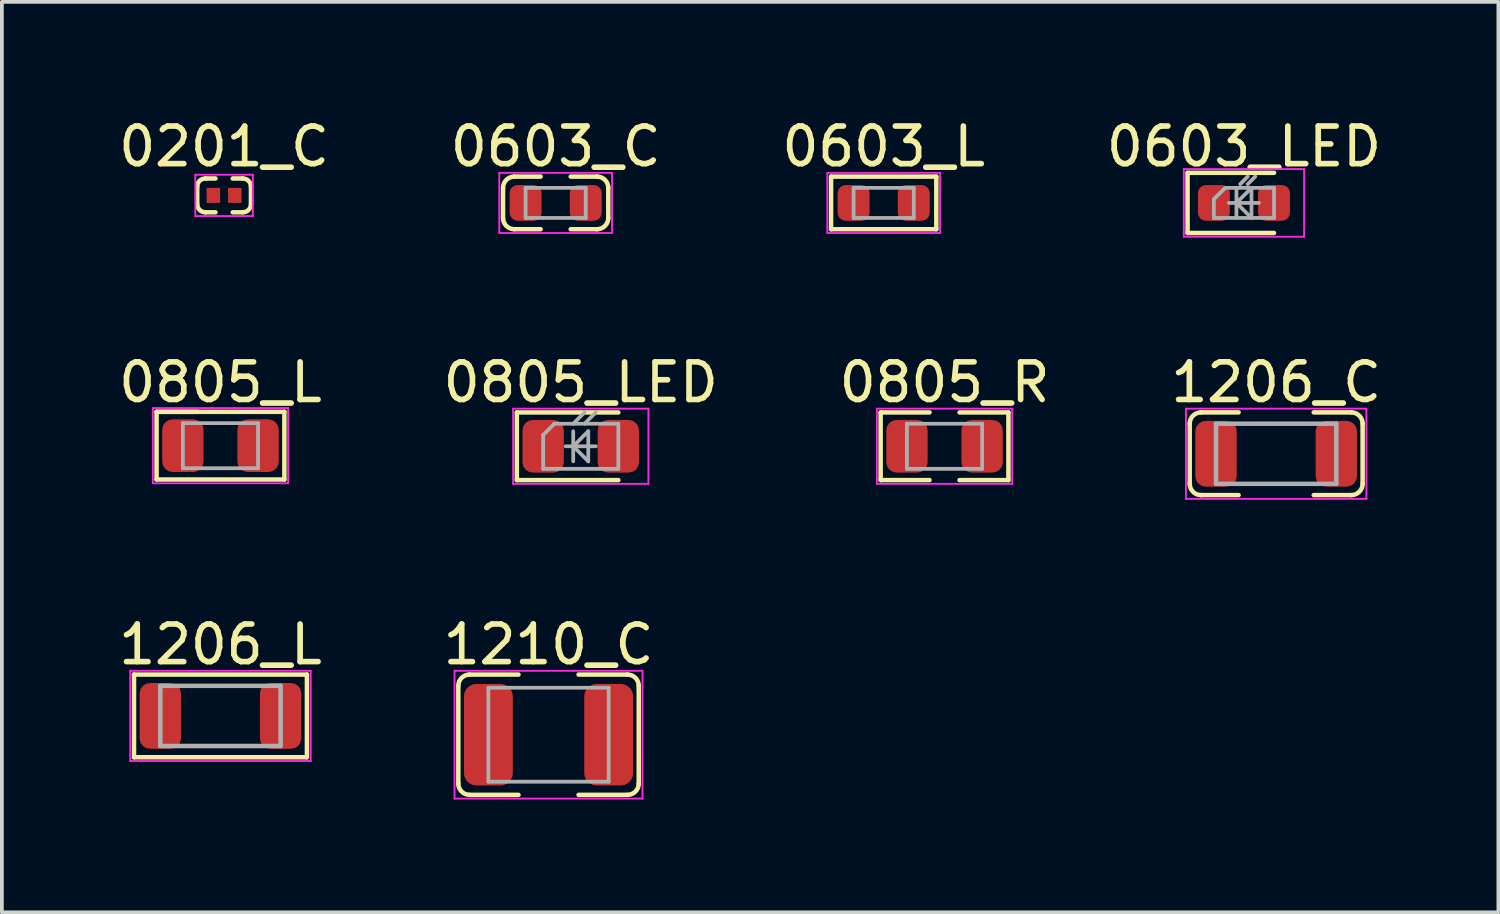
<source format=kicad_pcb>
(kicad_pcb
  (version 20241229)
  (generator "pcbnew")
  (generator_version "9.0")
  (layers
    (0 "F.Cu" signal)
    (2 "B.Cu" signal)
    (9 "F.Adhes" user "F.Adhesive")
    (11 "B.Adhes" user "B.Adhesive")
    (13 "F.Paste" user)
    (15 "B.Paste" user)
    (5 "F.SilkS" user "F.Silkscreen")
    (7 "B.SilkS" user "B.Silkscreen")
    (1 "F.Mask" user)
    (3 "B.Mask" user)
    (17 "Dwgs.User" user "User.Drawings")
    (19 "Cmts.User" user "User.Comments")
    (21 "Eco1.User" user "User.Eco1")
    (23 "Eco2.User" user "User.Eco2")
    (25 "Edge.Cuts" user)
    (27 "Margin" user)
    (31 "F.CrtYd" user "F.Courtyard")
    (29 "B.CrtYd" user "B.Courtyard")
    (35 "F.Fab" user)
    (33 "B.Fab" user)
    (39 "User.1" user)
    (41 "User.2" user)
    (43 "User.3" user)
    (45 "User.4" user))
  (footprint "0603_L"
    (layer "F.Cu")
    (at 20.458 2.348)
    (property "Reference" "0603_L" (at 0 -1.5 0) (layer "F.SilkS") (effects (font (size 1 1) (thickness 0.15))))
    (attr through_hole)
    (fp_line (start -1.4 -0.7) (end 1.4 -0.7) (stroke (width 0.12) (type solid)) (layer "F.SilkS"))
    (fp_line (start -1.4 0.7) (end -1.4 -0.7) (stroke (width 0.12) (type solid)) (layer "F.SilkS"))
    (fp_line (start -1.4 0.7) (end 1.4 0.7) (stroke (width 0.12) (type solid)) (layer "F.SilkS"))
    (fp_line (start 1.4 0.7) (end 1.4 -0.7) (stroke (width 0.12) (type solid)) (layer "F.SilkS"))
    (fp_line (start -1.5 -0.8) (end 1.5 -0.8) (stroke (width 0.05) (type solid)) (layer "F.CrtYd"))
    (fp_line (start -1.5 0.8) (end -1.5 -0.8) (stroke (width 0.05) (type solid)) (layer "F.CrtYd"))
    (fp_line (start 1.5 -0.8) (end 1.5 0.8) (stroke (width 0.05) (type solid)) (layer "F.CrtYd"))
    (fp_line (start 1.5 0.8) (end -1.5 0.8) (stroke (width 0.05) (type solid)) (layer "F.CrtYd"))
    (fp_line (start -0.8 -0.4) (end 0.8 -0.4) (stroke (width 0.1) (type solid)) (layer "F.Fab"))
    (fp_line (start -0.8 0.4) (end -0.8 -0.4) (stroke (width 0.1) (type solid)) (layer "F.Fab"))
    (fp_line (start 0.8 -0.4) (end 0.8 0.4) (stroke (width 0.1) (type solid)) (layer "F.Fab"))
    (fp_line (start 0.8 0.4) (end -0.8 0.4) (stroke (width 0.1) (type solid)) (layer "F.Fab"))
    (pad "1" smd roundrect (at -0.8 0) (size 0.85 0.95) (layers "F.Cu" "F.Mask" "F.Paste") (roundrect_rratio 0.25))
    (pad "2" smd roundrect (at 0.8 0) (size 0.85 0.95) (layers "F.Cu" "F.Mask" "F.Paste") (roundrect_rratio 0.25)))
  (footprint "1206_C"
    (layer "F.Cu")
    (at 30.899 9.021)
    (property "Reference" "1206_C" (at 0 -1.9 0) (layer "F.SilkS") (effects (font (size 1 1) (thickness 0.15))))
    (attr through_hole)
    (fp_line (start -2.3 -0.8) (end -2.3 0.8) (stroke (width 0.12) (type solid)) (layer "F.SilkS"))
    (fp_line (start -1 -1.1) (end -2 -1.1) (stroke (width 0.12) (type solid)) (layer "F.SilkS"))
    (fp_line (start -1 1.1) (end -2 1.1) (stroke (width 0.12) (type solid)) (layer "F.SilkS"))
    (fp_line (start 1 -1.1) (end 2 -1.1) (stroke (width 0.12) (type solid)) (layer "F.SilkS"))
    (fp_line (start 1 1.1) (end 2 1.1) (stroke (width 0.12) (type solid)) (layer "F.SilkS"))
    (fp_line (start 2.3 -0.8) (end 2.3 0.8) (stroke (width 0.12) (type solid)) (layer "F.SilkS"))
    (fp_arc (start -2.3 -0.8) (mid -2.212132 -1.012132) (end -2 -1.1) (stroke (width 0.12) (type solid)) (layer "F.SilkS"))
    (fp_arc (start -2 1.1) (mid -2.212132 1.012132) (end -2.3 0.8) (stroke (width 0.12) (type solid)) (layer "F.SilkS"))
    (fp_arc (start 2 -1.1) (mid 2.212132 -1.012132) (end 2.3 -0.8) (stroke (width 0.12) (type solid)) (layer "F.SilkS"))
    (fp_arc (start 2.3 0.8) (mid 2.212132 1.012132) (end 2 1.1) (stroke (width 0.12) (type solid)) (layer "F.SilkS"))
    (fp_line (start -2.4 -1.2) (end 2.4 -1.2) (stroke (width 0.05) (type solid)) (layer "F.CrtYd"))
    (fp_line (start -2.4 1.2) (end -2.4 -1.2) (stroke (width 0.05) (type solid)) (layer "F.CrtYd"))
    (fp_line (start 2.4 -1.2) (end 2.4 1.2) (stroke (width 0.05) (type solid)) (layer "F.CrtYd"))
    (fp_line (start 2.405 1.2) (end -2.4 1.2) (stroke (width 0.05) (type solid)) (layer "F.CrtYd"))
    (fp_line (start -1.6 -0.8) (end -1.6 0.8) (stroke (width 0.12) (type solid)) (layer "F.Fab"))
    (fp_line (start -1.6 0.8) (end 1.6 0.8) (stroke (width 0.12) (type solid)) (layer "F.Fab"))
    (fp_line (start 1.6 -0.8) (end -1.6 -0.8) (stroke (width 0.12) (type solid)) (layer "F.Fab"))
    (fp_line (start 1.6 0.8) (end 1.6 -0.8) (stroke (width 0.12) (type solid)) (layer "F.Fab"))
    (pad "1" smd roundrect (at -1.6 0) (size 1.1 1.75) (layers "F.Cu" "F.Mask" "F.Paste") (roundrect_rratio 0.25))
    (pad "2" smd roundrect (at 1.6 0) (size 1.1 1.75) (layers "F.Cu" "F.Mask" "F.Paste") (roundrect_rratio 0.25)))
  (footprint "0805_R"
    (layer "F.Cu")
    (at 22.077 8.822)
    (property "Reference" "0805_R" (at 0 -1.7 0) (layer "F.SilkS") (effects (font (size 1 1) (thickness 0.15))))
    (attr through_hole)
    (fp_line (start -1.7 -0.9) (end -0.4 -0.9) (stroke (width 0.12) (type solid)) (layer "F.SilkS"))
    (fp_line (start -1.7 0.9) (end -1.7 -0.9) (stroke (width 0.12) (type solid)) (layer "F.SilkS"))
    (fp_line (start -1.7 0.9) (end -0.4 0.9) (stroke (width 0.12) (type solid)) (layer "F.SilkS"))
    (fp_line (start 0.4 -0.9) (end 1.7 -0.9) (stroke (width 0.12) (type solid)) (layer "F.SilkS"))
    (fp_line (start 0.4 0.9) (end 1.7 0.9) (stroke (width 0.12) (type solid)) (layer "F.SilkS"))
    (fp_line (start 1.7 0.9) (end 1.7 -0.9) (stroke (width 0.12) (type solid)) (layer "F.SilkS"))
    (fp_line (start -1.8 -1) (end 1.8 -1) (stroke (width 0.05) (type solid)) (layer "F.CrtYd"))
    (fp_line (start -1.8 1) (end -1.8 -1) (stroke (width 0.05) (type solid)) (layer "F.CrtYd"))
    (fp_line (start 1.8 -1) (end 1.8 1) (stroke (width 0.05) (type solid)) (layer "F.CrtYd"))
    (fp_line (start 1.8 1) (end -1.8 1) (stroke (width 0.05) (type solid)) (layer "F.CrtYd"))
    (fp_line (start -1 -0.6) (end 1 -0.6) (stroke (width 0.1) (type solid)) (layer "F.Fab"))
    (fp_line (start -1 0.6) (end -1 -0.6) (stroke (width 0.1) (type solid)) (layer "F.Fab"))
    (fp_line (start 1 -0.6) (end 1 0.6) (stroke (width 0.1) (type solid)) (layer "F.Fab"))
    (fp_line (start 1 0.6) (end -1 0.6) (stroke (width 0.1) (type solid)) (layer "F.Fab"))
    (pad "1" smd roundrect (at -1 0) (size 1.1 1.4) (layers "F.Cu" "F.Mask" "F.Paste") (roundrect_rratio 0.25))
    (pad "2" smd roundrect (at 1 0) (size 1.1 1.4) (layers "F.Cu" "F.Mask" "F.Paste") (roundrect_rratio 0.25)))
  (footprint "1210_C"
    (layer "F.Cu")
    (at 11.542 16.495)
    (property "Reference" "1210_C" (at 0 -2.4 0) (layer "F.SilkS") (effects (font (size 1 1) (thickness 0.15))))
    (attr through_hole)
    (fp_line (start -2.4 -1.3) (end -2.4 1.3) (stroke (width 0.12) (type solid)) (layer "F.SilkS"))
    (fp_line (start -2.1 1.6) (end -0.8 1.6) (stroke (width 0.12) (type solid)) (layer "F.SilkS"))
    (fp_line (start -0.8 -1.6) (end -2.1 -1.6) (stroke (width 0.12) (type solid)) (layer "F.SilkS"))
    (fp_line (start 0.8 -1.6) (end 2.1 -1.6) (stroke (width 0.12) (type solid)) (layer "F.SilkS"))
    (fp_line (start 0.8 1.6) (end 2.1 1.6) (stroke (width 0.12) (type solid)) (layer "F.SilkS"))
    (fp_line (start 2.4 -1.3) (end 2.4 1.3) (stroke (width 0.12) (type solid)) (layer "F.SilkS"))
    (fp_arc (start -2.4 -1.3) (mid -2.312132 -1.512132) (end -2.1 -1.6) (stroke (width 0.12) (type solid)) (layer "F.SilkS"))
    (fp_arc (start -2.1 1.6) (mid -2.312132 1.512132) (end -2.4 1.3) (stroke (width 0.12) (type solid)) (layer "F.SilkS"))
    (fp_arc (start 2.1 -1.6) (mid 2.312132 -1.512132) (end 2.4 -1.3) (stroke (width 0.12) (type solid)) (layer "F.SilkS"))
    (fp_arc (start 2.4 1.3) (mid 2.312132 1.512132) (end 2.1 1.6) (stroke (width 0.12) (type solid)) (layer "F.SilkS"))
    (fp_line (start -2.5 -1.7) (end 2.5 -1.7) (stroke (width 0.05) (type solid)) (layer "F.CrtYd"))
    (fp_line (start -2.5 1.7) (end -2.5 -1.7) (stroke (width 0.05) (type solid)) (layer "F.CrtYd"))
    (fp_line (start 2.5 -1.7) (end 2.5 1.7) (stroke (width 0.05) (type solid)) (layer "F.CrtYd"))
    (fp_line (start 2.5 1.7) (end -2.5 1.7) (stroke (width 0.05) (type solid)) (layer "F.CrtYd"))
    (fp_line (start -1.6 -1.25) (end 1.6 -1.25) (stroke (width 0.1) (type solid)) (layer "F.Fab"))
    (fp_line (start -1.6 1.25) (end -1.6 -1.25) (stroke (width 0.1) (type solid)) (layer "F.Fab"))
    (fp_line (start 1.6 -1.25) (end 1.6 1.25) (stroke (width 0.1) (type solid)) (layer "F.Fab"))
    (fp_line (start 1.6 1.25) (end -1.6 1.25) (stroke (width 0.1) (type solid)) (layer "F.Fab"))
    (pad "1" smd roundrect (at -1.6 0) (size 1.3 2.7) (layers "F.Cu" "F.Mask" "F.Paste") (roundrect_rratio 0.25))
    (pad "2" smd roundrect (at 1.6 0) (size 1.3 2.7) (layers "F.Cu" "F.Mask" "F.Paste") (roundrect_rratio 0.25)))
  (footprint "0805_LED"
    (layer "F.Cu")
    (at 12.399 8.822)
    (property "Reference" "0805_LED" (at 0 -1.7 0) (layer "F.SilkS") (effects (font (size 1 1) (thickness 0.15))))
    (attr through_hole)
    (fp_line (start -1.7 -0.9) (end -1.7 0.9) (stroke (width 0.12) (type solid)) (layer "F.SilkS"))
    (fp_line (start -1.7 0.9) (end 1 0.9) (stroke (width 0.12) (type solid)) (layer "F.SilkS"))
    (fp_line (start 1 -0.9) (end -1.7 -0.9) (stroke (width 0.12) (type solid)) (layer "F.SilkS"))
    (fp_line (start -1.8 -1) (end 1.8 -1) (stroke (width 0.05) (type solid)) (layer "F.CrtYd"))
    (fp_line (start -1.8 1) (end -1.8 -1) (stroke (width 0.05) (type solid)) (layer "F.CrtYd"))
    (fp_line (start 1.8 -1) (end 1.8 1) (stroke (width 0.05) (type solid)) (layer "F.CrtYd"))
    (fp_line (start 1.8 1) (end -1.8 1) (stroke (width 0.05) (type solid)) (layer "F.CrtYd"))
    (fp_line (start -1 -0.3) (end -1 0.6) (stroke (width 0.1) (type solid)) (layer "F.Fab"))
    (fp_line (start -1 0.6) (end 1 0.6) (stroke (width 0.1) (type solid)) (layer "F.Fab"))
    (fp_line (start -0.7 -0.6) (end -1 -0.3) (stroke (width 0.1) (type solid)) (layer "F.Fab"))
    (fp_line (start -0.4 0) (end 0.4 0) (stroke (width 0.1) (type solid)) (layer "F.Fab"))
    (fp_line (start -0.2 -0.6) (end 0.1 -0.9) (stroke (width 0.1) (type solid)) (layer "F.Fab"))
    (fp_line (start -0.2 0) (end 0.2 -0.4) (stroke (width 0.1) (type solid)) (layer "F.Fab"))
    (fp_line (start -0.2 0) (end 0.2 0.4) (stroke (width 0.1) (type solid)) (layer "F.Fab"))
    (fp_line (start -0.2 0.4) (end -0.2 -0.4) (stroke (width 0.1) (type solid)) (layer "F.Fab"))
    (fp_line (start 0.1 -0.6) (end 0.4 -0.9) (stroke (width 0.1) (type solid)) (layer "F.Fab"))
    (fp_line (start 0.2 0.4) (end 0.2 -0.4) (stroke (width 0.1) (type solid)) (layer "F.Fab"))
    (fp_line (start 1 -0.6) (end -0.7 -0.6) (stroke (width 0.1) (type solid)) (layer "F.Fab"))
    (fp_line (start 1 0.6) (end 1 -0.6) (stroke (width 0.1) (type solid)) (layer "F.Fab"))
    (pad "1" smd roundrect (at -1 0 180) (size 1.1 1.4) (layers "F.Cu" "F.Mask" "F.Paste") (roundrect_rratio 0.25))
    (pad "2" smd roundrect (at 1 0 180) (size 1.1 1.4) (layers "F.Cu" "F.Mask" "F.Paste") (roundrect_rratio 0.25)))
  (footprint "0603_LED"
    (layer "F.Cu")
    (at 30.042 2.348)
    (property "Reference" "0603_LED" (at 0 -1.5 0) (layer "F.SilkS") (effects (font (size 1 1) (thickness 0.15))))
    (attr through_hole)
    (fp_line (start -1.5 -0.8) (end -1.5 0.8) (stroke (width 0.12) (type solid)) (layer "F.SilkS"))
    (fp_line (start -1.5 -0.8) (end 0.8 -0.8) (stroke (width 0.12) (type solid)) (layer "F.SilkS"))
    (fp_line (start -1.5 0.8) (end 0.8 0.8) (stroke (width 0.12) (type solid)) (layer "F.SilkS"))
    (fp_line (start -1.6 -0.9) (end 1.6 -0.9) (stroke (width 0.05) (type solid)) (layer "F.CrtYd"))
    (fp_line (start -1.6 0.9) (end -1.6 -0.9) (stroke (width 0.05) (type solid)) (layer "F.CrtYd"))
    (fp_line (start 1.6 -0.9) (end 1.6 0.9) (stroke (width 0.05) (type solid)) (layer "F.CrtYd"))
    (fp_line (start 1.6 0.9) (end -1.6 0.9) (stroke (width 0.05) (type solid)) (layer "F.CrtYd"))
    (fp_line (start -0.8 -0.1) (end -0.8 0.4) (stroke (width 0.1) (type solid)) (layer "F.Fab"))
    (fp_line (start -0.8 0.4) (end 0.8 0.4) (stroke (width 0.1) (type solid)) (layer "F.Fab"))
    (fp_line (start -0.5 -0.4) (end -0.8 -0.1) (stroke (width 0.1) (type solid)) (layer "F.Fab"))
    (fp_line (start -0.4 0) (end 0.4 0) (stroke (width 0.1) (type solid)) (layer "F.Fab"))
    (fp_line (start -0.2 0) (end 0.2 -0.4) (stroke (width 0.1) (type solid)) (layer "F.Fab"))
    (fp_line (start -0.2 0) (end 0.2 0.4) (stroke (width 0.1) (type solid)) (layer "F.Fab"))
    (fp_line (start -0.2 0.4) (end -0.2 -0.4) (stroke (width 0.1) (type solid)) (layer "F.Fab"))
    (fp_line (start -0.1 -0.5) (end 0.1 -0.7) (stroke (width 0.1) (type solid)) (layer "F.Fab"))
    (fp_line (start 0.1 -0.5) (end 0.3 -0.7) (stroke (width 0.1) (type solid)) (layer "F.Fab"))
    (fp_line (start 0.2 0.4) (end 0.2 -0.4) (stroke (width 0.1) (type solid)) (layer "F.Fab"))
    (fp_line (start 0.8 -0.4) (end -0.5 -0.4) (stroke (width 0.1) (type solid)) (layer "F.Fab"))
    (fp_line (start 0.8 0.4) (end 0.8 -0.4) (stroke (width 0.1) (type solid)) (layer "F.Fab"))
    (pad "1" smd roundrect (at -0.8 0 180) (size 0.85 0.95) (layers "F.Cu" "F.Mask" "F.Paste") (roundrect_rratio 0.25))
    (pad "2" smd roundrect (at 0.8 0 180) (size 0.85 0.95) (layers "F.Cu" "F.Mask" "F.Paste") (roundrect_rratio 0.25)))
  (footprint "0805_L"
    (layer "F.Cu")
    (at 2.815 8.806)
    (property "Reference" "0805_L" (at 0 -1.684 0) (layer "F.SilkS") (effects (font (size 1 1) (thickness 0.15))))
    (attr through_hole)
    (fp_line (start -1.7 -0.9) (end -0.6 -0.9) (stroke (width 0.12) (type solid)) (layer "F.SilkS"))
    (fp_line (start -1.7 -0.9) (end 1.7 -0.9) (stroke (width 0.12) (type solid)) (layer "F.SilkS"))
    (fp_line (start -1.7 0.9) (end -1.7 -0.9) (stroke (width 0.12) (type solid)) (layer "F.SilkS"))
    (fp_line (start 1.7 -0.9) (end 1.7 0.9) (stroke (width 0.12) (type solid)) (layer "F.SilkS"))
    (fp_line (start 1.7 0.9) (end -1.7 0.9) (stroke (width 0.12) (type solid)) (layer "F.SilkS"))
    (fp_line (start -1.8 -1) (end 1.8 -1) (stroke (width 0.05) (type solid)) (layer "F.CrtYd"))
    (fp_line (start -1.8 1) (end -1.8 -1) (stroke (width 0.05) (type solid)) (layer "F.CrtYd"))
    (fp_line (start 1.8 -1) (end 1.8 1) (stroke (width 0.05) (type solid)) (layer "F.CrtYd"))
    (fp_line (start 1.8 1) (end -1.8 1) (stroke (width 0.05) (type solid)) (layer "F.CrtYd"))
    (fp_line (start -1 -0.6) (end 1 -0.6) (stroke (width 0.1) (type solid)) (layer "F.Fab"))
    (fp_line (start -1 0.6) (end -1 -0.6) (stroke (width 0.1) (type solid)) (layer "F.Fab"))
    (fp_line (start 1 -0.6) (end 1 0.6) (stroke (width 0.1) (type solid)) (layer "F.Fab"))
    (fp_line (start 1 0.6) (end -1 0.6) (stroke (width 0.1) (type solid)) (layer "F.Fab"))
    (pad "1" smd roundrect (at -1 0) (size 1.1 1.4) (layers "F.Cu" "F.Mask" "F.Paste") (roundrect_rratio 0.25))
    (pad "2" smd roundrect (at 1 0) (size 1.1 1.4) (layers "F.Cu" "F.Mask" "F.Paste") (roundrect_rratio 0.25)))
  (footprint "0201_C"
    (layer "F.Cu")
    (at 2.911 2.148)
    (property "Reference" "0201_C" (at 0 -1.3 0) (layer "F.SilkS") (effects (font (size 1 1) (thickness 0.15))))
    (attr through_hole)
    (fp_line (start -0.715 0.23) (end -0.715 -0.23) (stroke (width 0.12) (type solid)) (layer "F.SilkS"))
    (fp_line (start -0.495 -0.45) (end -0.23 -0.45) (stroke (width 0.12) (type solid)) (layer "F.SilkS"))
    (fp_line (start -0.495 0.45) (end -0.23 0.45) (stroke (width 0.12) (type solid)) (layer "F.SilkS"))
    (fp_line (start 0.23 -0.45) (end 0.495 -0.45) (stroke (width 0.12) (type solid)) (layer "F.SilkS"))
    (fp_line (start 0.23 0.45) (end 0.495 0.45) (stroke (width 0.12) (type solid)) (layer "F.SilkS"))
    (fp_line (start 0.715 0.23) (end 0.715 -0.23) (stroke (width 0.12) (type solid)) (layer "F.SilkS"))
    (fp_arc (start -0.715 -0.23) (mid -0.650563 -0.385563) (end -0.495 -0.45) (stroke (width 0.12) (type solid)) (layer "F.SilkS"))
    (fp_arc (start -0.495 0.45) (mid -0.650563 0.385563) (end -0.715 0.23) (stroke (width 0.12) (type solid)) (layer "F.SilkS"))
    (fp_arc (start 0.495 -0.45) (mid 0.650563 -0.385563) (end 0.715 -0.23) (stroke (width 0.12) (type solid)) (layer "F.SilkS"))
    (fp_arc (start 0.715 0.23) (mid 0.650563 0.385563) (end 0.495 0.45) (stroke (width 0.12) (type solid)) (layer "F.SilkS"))
    (fp_line (start -0.765 -0.55) (end 0.765 -0.55) (stroke (width 0.05) (type solid)) (layer "F.CrtYd"))
    (fp_line (start -0.765 0.55) (end -0.765 -0.55) (stroke (width 0.05) (type solid)) (layer "F.CrtYd"))
    (fp_line (start 0.765 -0.55) (end 0.765 0.55) (stroke (width 0.05) (type solid)) (layer "F.CrtYd"))
    (fp_line (start 0.765 0.55) (end -0.765 0.55) (stroke (width 0.05) (type solid)) (layer "F.CrtYd"))
    (pad "1" smd rect (at -0.285 0) (size 0.36 0.4) (layers "F.Cu" "F.Mask" "F.Paste"))
    (pad "2" smd rect (at 0.285 0) (size 0.36 0.4) (layers "F.Cu" "F.Mask" "F.Paste")))
  (footprint "1206_L"
    (layer "F.Cu")
    (at 2.815 15.995)
    (property "Reference" "1206_L" (at 0 -1.9 0) (layer "F.SilkS") (effects (font (size 1 1) (thickness 0.15))))
    (attr through_hole)
    (fp_line (start -2.3 -1.1) (end 2.3 -1.1) (stroke (width 0.12) (type solid)) (layer "F.SilkS"))
    (fp_line (start -2.3 1.1) (end -2.3 -1.1) (stroke (width 0.12) (type solid)) (layer "F.SilkS"))
    (fp_line (start 2.3 -1.1) (end 2.3 1.1) (stroke (width 0.12) (type solid)) (layer "F.SilkS"))
    (fp_line (start 2.3 1.1) (end -2.3 1.1) (stroke (width 0.12) (type solid)) (layer "F.SilkS"))
    (fp_line (start -2.4 -1.2) (end 2.4 -1.2) (stroke (width 0.05) (type solid)) (layer "F.CrtYd"))
    (fp_line (start -2.4 1.2) (end -2.4 -1.2) (stroke (width 0.05) (type solid)) (layer "F.CrtYd"))
    (fp_line (start 2.4 -1.2) (end 2.4 1.2) (stroke (width 0.05) (type solid)) (layer "F.CrtYd"))
    (fp_line (start 2.4 1.2) (end -2.4 1.2) (stroke (width 0.05) (type solid)) (layer "F.CrtYd"))
    (fp_line (start -1.6 -0.8) (end 1.6 -0.8) (stroke (width 0.12) (type solid)) (layer "F.Fab"))
    (fp_line (start -1.6 0.8) (end -1.6 -0.8) (stroke (width 0.12) (type solid)) (layer "F.Fab"))
    (fp_line (start -1.6 0.8) (end 1.6 0.8) (stroke (width 0.12) (type solid)) (layer "F.Fab"))
    (fp_line (start 1.6 0.8) (end 1.6 -0.8) (stroke (width 0.12) (type solid)) (layer "F.Fab"))
    (pad "1" smd roundrect (at -1.6 0) (size 1.1 1.75) (layers "F.Cu" "F.Mask" "F.Paste") (roundrect_rratio 0.25))
    (pad "2" smd roundrect (at 1.6 0) (size 1.1 1.75) (layers "F.Cu" "F.Mask" "F.Paste") (roundrect_rratio 0.25)))
  (footprint "0603_C"
    (layer "F.Cu")
    (at 11.732 2.348)
    (property "Reference" "0603_C" (at 0 -1.5 0) (layer "F.SilkS") (effects (font (size 1 1) (thickness 0.15))))
    (attr through_hole)
    (fp_line (start -1.4 0.4) (end -1.4 -0.4) (stroke (width 0.12) (type solid)) (layer "F.SilkS"))
    (fp_line (start -1.1 -0.7) (end -0.4 -0.7) (stroke (width 0.12) (type solid)) (layer "F.SilkS"))
    (fp_line (start -1.1 0.7) (end -0.4 0.7) (stroke (width 0.12) (type solid)) (layer "F.SilkS"))
    (fp_line (start 0.4 -0.7) (end 1.1 -0.7) (stroke (width 0.12) (type solid)) (layer "F.SilkS"))
    (fp_line (start 0.4 0.7) (end 1.1 0.7) (stroke (width 0.12) (type solid)) (layer "F.SilkS"))
    (fp_line (start 1.4 0.4) (end 1.4 -0.4) (stroke (width 0.12) (type solid)) (layer "F.SilkS"))
    (fp_arc (start -1.4 -0.4) (mid -1.312132 -0.612132) (end -1.1 -0.7) (stroke (width 0.12) (type solid)) (layer "F.SilkS"))
    (fp_arc (start -1.1 0.7) (mid -1.312132 0.612132) (end -1.4 0.4) (stroke (width 0.12) (type solid)) (layer "F.SilkS"))
    (fp_arc (start 1.1 -0.7) (mid 1.312132 -0.612132) (end 1.4 -0.4) (stroke (width 0.12) (type solid)) (layer "F.SilkS"))
    (fp_arc (start 1.4 0.4) (mid 1.312132 0.612132) (end 1.1 0.7) (stroke (width 0.12) (type solid)) (layer "F.SilkS"))
    (fp_line (start -1.5 -0.8) (end 1.5 -0.8) (stroke (width 0.05) (type solid)) (layer "F.CrtYd"))
    (fp_line (start -1.5 0.8) (end -1.5 -0.8) (stroke (width 0.05) (type solid)) (layer "F.CrtYd"))
    (fp_line (start 1.5 -0.8) (end 1.5 0.8) (stroke (width 0.05) (type solid)) (layer "F.CrtYd"))
    (fp_line (start 1.5 0.8) (end -1.5 0.8) (stroke (width 0.05) (type solid)) (layer "F.CrtYd"))
    (fp_line (start -0.8 -0.4) (end 0.8 -0.4) (stroke (width 0.1) (type solid)) (layer "F.Fab"))
    (fp_line (start -0.8 0.4) (end -0.8 -0.4) (stroke (width 0.1) (type solid)) (layer "F.Fab"))
    (fp_line (start 0.8 -0.4) (end 0.8 0.4) (stroke (width 0.1) (type solid)) (layer "F.Fab"))
    (fp_line (start 0.8 0.4) (end -0.8 0.4) (stroke (width 0.1) (type solid)) (layer "F.Fab"))
    (pad "1" smd roundrect (at -0.8 0) (size 0.85 0.95) (layers "F.Cu" "F.Mask" "F.Paste") (roundrect_rratio 0.25))
    (pad "2" smd roundrect (at 0.8 0) (size 0.85 0.95) (layers "F.Cu" "F.Mask" "F.Paste") (roundrect_rratio 0.25)))
  (gr_rect
    (start -3 -3)
    (end 36.81 21.22)
    (stroke (width 0.1) (type default))
    (fill no)
    (layer "Edge.Cuts")))
</source>
